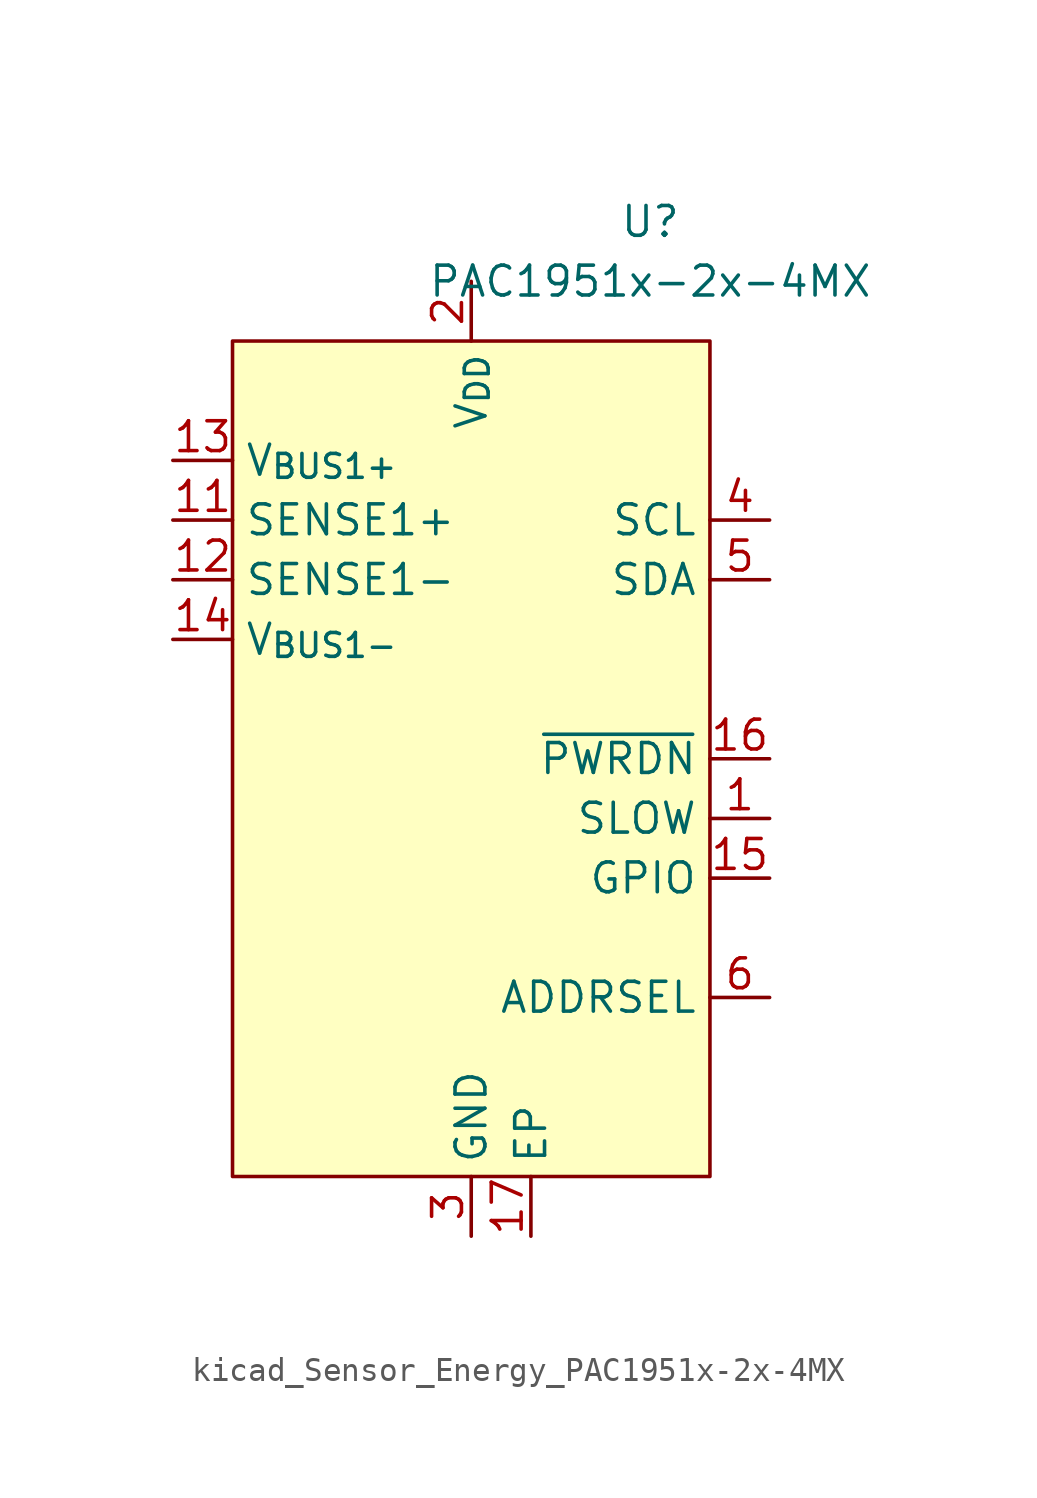
<source format=kicad_sym>
(kicad_symbol_lib
  (version 20220914)
  (generator kicad_symbol_editor)
  (symbol "kicad_Sensor_Energy_PAC1951x-2x-4MX"
    (property "Reference" "U"
      (at 7.62 22.86 0)
      (effects (font (size 1.27 1.27))))
    (property "Value" "PAC1951x-2x-4MX"
      (at 7.62 20.32 0)
      (effects (font (size 1.27 1.27))))
    (symbol "kicad_Sensor_Energy_PAC1951x-2x-4MX_0_0"
      (pin input line (at 12.7 -2.54 180) (length 2.54) (name "SLOW" (effects (font (size 1.27 1.27)))) (number "1" (effects (font (size 1.27 1.27)))) (alternate "GPIO" bidirectional line) (alternate "~{ALERT1}" open_collector line))
      (pin passive line (at 0 -20.32 90) (length 2.54) hide (name "GND" (effects (font (size 1.27 1.27)))) (number "10" (effects (font (size 1.27 1.27)))))
      (pin input line (at -12.7 10.16 0) (length 2.54) (name "SENSE1+" (effects (font (size 1.27 1.27)))) (number "11" (effects (font (size 1.27 1.27)))))
      (pin input line (at -12.7 7.62 0) (length 2.54) (name "SENSE1-" (effects (font (size 1.27 1.27)))) (number "12" (effects (font (size 1.27 1.27)))))
      (pin input line (at -12.7 12.7 0) (length 2.54) (name "V_{BUS1+}" (effects (font (size 1.27 1.27)))) (number "13" (effects (font (size 1.27 1.27)))))
      (pin input line (at -12.7 5.08 0) (length 2.54) (name "V_{BUS1-}" (effects (font (size 1.27 1.27)))) (number "14" (effects (font (size 1.27 1.27)))))
      (pin bidirectional line (at 12.7 -5.08 180) (length 2.54) (name "GPIO" (effects (font (size 1.27 1.27)))) (number "15" (effects (font (size 1.27 1.27)))) (alternate "~{ALERT2}" open_collector line))
      (pin input line (at 12.7 0 180) (length 2.54) (name "~{PWRDN}" (effects (font (size 1.27 1.27)))) (number "16" (effects (font (size 1.27 1.27)))))
      (pin passive line (at 2.54 -20.32 90) (length 2.54) (name "EP" (effects (font (size 1.27 1.27)))) (number "17" (effects (font (size 1.27 1.27)))))
      (pin power_in line (at 0 20.32 270) (length 2.54) (name "V_{DD}" (effects (font (size 1.27 1.27)))) (number "2" (effects (font (size 1.27 1.27)))))
      (pin power_in line (at 0 -20.32 90) (length 2.54) (name "GND" (effects (font (size 1.27 1.27)))) (number "3" (effects (font (size 1.27 1.27)))))
      (pin input line (at 12.7 10.16 180) (length 2.54) (name "SCL" (effects (font (size 1.27 1.27)))) (number "4" (effects (font (size 1.27 1.27)))) (alternate "SM_CLK" input line))
      (pin bidirectional line (at 12.7 7.62 180) (length 2.54) (name "SDA" (effects (font (size 1.27 1.27)))) (number "5" (effects (font (size 1.27 1.27)))) (alternate "SM_DATA" bidirectional line))
      (pin passive line (at 12.7 -10.16 180) (length 2.54) (name "ADDRSEL" (effects (font (size 1.27 1.27)))) (number "6" (effects (font (size 1.27 1.27)))))
      (pin passive line (at 0 -20.32 90) (length 2.54) hide (name "GND" (effects (font (size 1.27 1.27)))) (number "7" (effects (font (size 1.27 1.27)))))
      (pin passive line (at 0 -20.32 90) (length 2.54) hide (name "GND" (effects (font (size 1.27 1.27)))) (number "8" (effects (font (size 1.27 1.27)))))
      (pin passive line (at 0 -20.32 90) (length 2.54) hide (name "GND" (effects (font (size 1.27 1.27)))) (number "9" (effects (font (size 1.27 1.27))))))
    (symbol "kicad_Sensor_Energy_PAC1951x-2x-4MX_0_1"
      (rectangle (start -10.16 17.78) (end 10.16 -17.78) (stroke (width 0) (type default)) (fill (type background))))))
</source>
